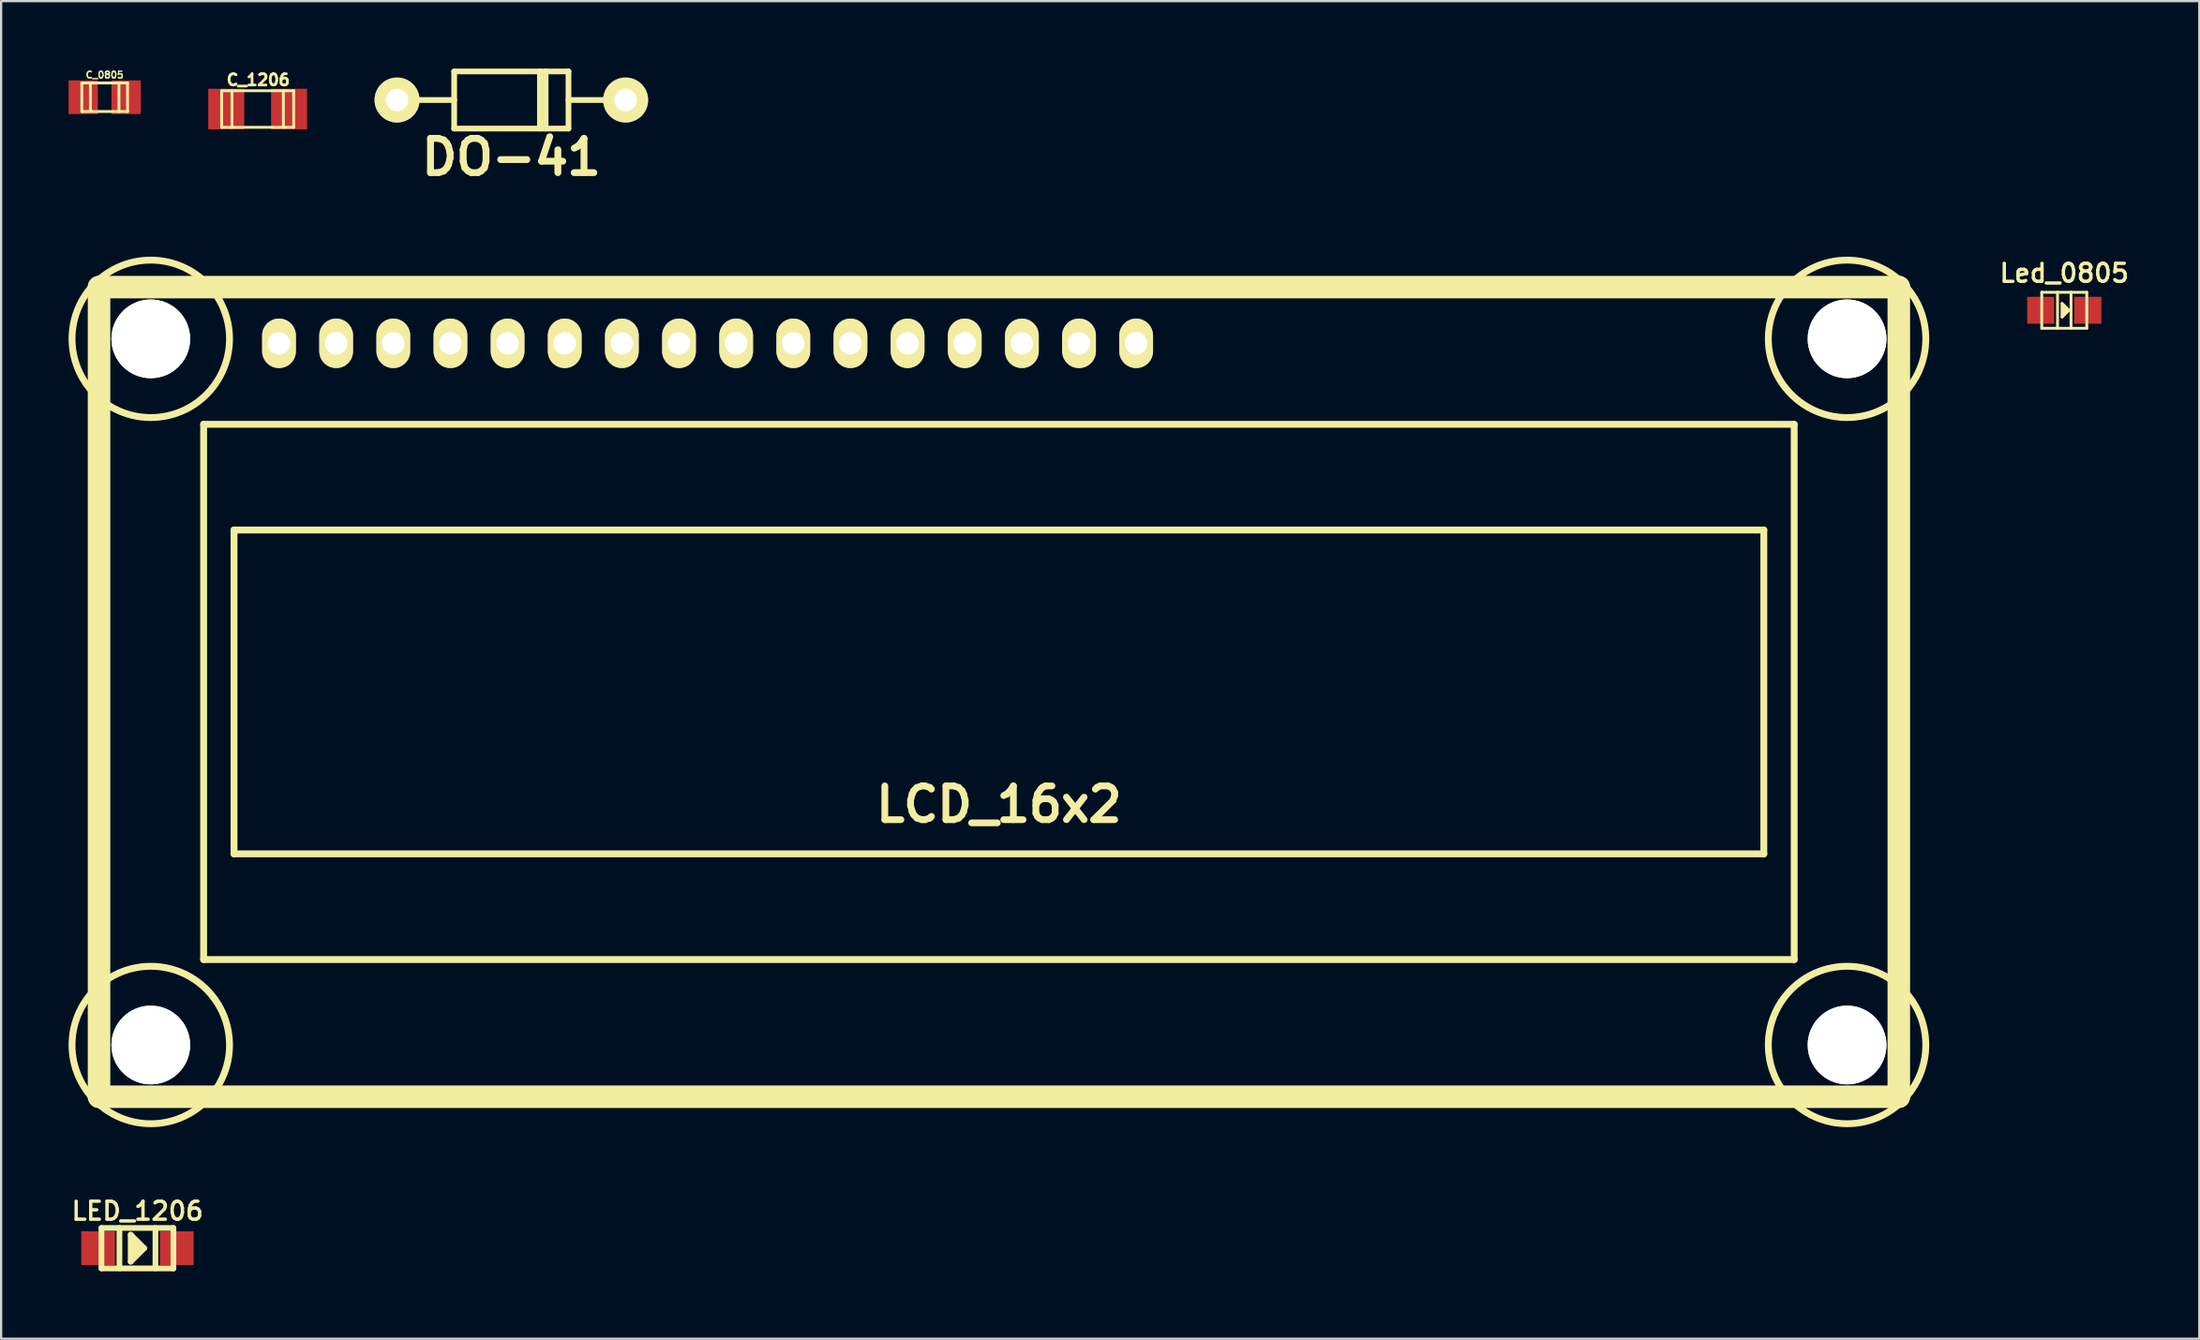
<source format=kicad_pcb>
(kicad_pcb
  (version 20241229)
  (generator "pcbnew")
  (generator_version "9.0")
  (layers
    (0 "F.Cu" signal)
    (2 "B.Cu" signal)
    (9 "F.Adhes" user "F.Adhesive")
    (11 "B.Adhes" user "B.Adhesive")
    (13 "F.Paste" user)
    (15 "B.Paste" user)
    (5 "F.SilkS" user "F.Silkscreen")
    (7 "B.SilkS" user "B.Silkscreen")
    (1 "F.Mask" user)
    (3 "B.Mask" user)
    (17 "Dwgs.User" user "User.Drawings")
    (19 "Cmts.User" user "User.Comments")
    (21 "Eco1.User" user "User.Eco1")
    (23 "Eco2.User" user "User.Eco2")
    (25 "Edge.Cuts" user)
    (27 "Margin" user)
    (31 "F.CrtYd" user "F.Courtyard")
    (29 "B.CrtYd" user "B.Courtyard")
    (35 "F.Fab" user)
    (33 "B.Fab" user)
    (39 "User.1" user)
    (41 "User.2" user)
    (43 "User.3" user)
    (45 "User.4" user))
  (footprint "LED_1206"
    (layer "F.Cu")
    (at 3.059 52.45)
    (property "Reference" "LED_1206" (at 0 -1.651 0) (layer "F.SilkS") (effects (font (size 0.8 0.8) (thickness 0.15))))
    (attr through_hole)
    (fp_line (start -1.6 -0.899) (end 1.6 -0.899) (stroke (width 0.254) (type solid)) (layer "F.SilkS"))
    (fp_line (start -1.6 0.899) (end -1.6 -0.899) (stroke (width 0.254) (type solid)) (layer "F.SilkS"))
    (fp_line (start -0.8 -0.899) (end -0.8 0.899) (stroke (width 0.254) (type solid)) (layer "F.SilkS"))
    (fp_line (start -0.3 -0.599) (end -0.3 0.599) (stroke (width 0.254) (type solid)) (layer "F.SilkS"))
    (fp_line (start -0.3 0.599) (end 0.3 0) (stroke (width 0.254) (type solid)) (layer "F.SilkS"))
    (fp_line (start -0.099 0.3) (end -0.099 -0.3) (stroke (width 0.254) (type solid)) (layer "F.SilkS"))
    (fp_line (start 0 -0.201) (end 0 0.099) (stroke (width 0.254) (type solid)) (layer "F.SilkS"))
    (fp_line (start 0.3 0) (end -0.3 -0.599) (stroke (width 0.254) (type solid)) (layer "F.SilkS"))
    (fp_line (start 0.8 0.899) (end 0.8 -0.899) (stroke (width 0.254) (type solid)) (layer "F.SilkS"))
    (fp_line (start 1.6 -0.899) (end 1.6 0.899) (stroke (width 0.254) (type solid)) (layer "F.SilkS"))
    (fp_line (start 1.6 0.899) (end -1.6 0.899) (stroke (width 0.254) (type solid)) (layer "F.SilkS"))
    (pad "1" smd rect (at -1.748 0) (size 1.499 1.499) (layers "F.Cu" "F.Mask" "F.Paste"))
    (pad "2" smd rect (at 1.748 0) (size 1.499 1.499) (layers "F.Cu" "F.Mask" "F.Paste")))
  (footprint "C_1206"
    (layer "F.Cu")
    (at 8.403 1.798)
    (property "Reference" "C_1206" (at 0.025 -1.295 0) (layer "F.SilkS") (effects (font (size 0.5 0.5) (thickness 0.119))))
    (attr through_hole)
    (fp_line (start -1.6 -0.813) (end -1.6 0.813) (stroke (width 0.127) (type solid)) (layer "F.SilkS"))
    (fp_line (start -1.6 0.813) (end 1.6 0.813) (stroke (width 0.127) (type solid)) (layer "F.SilkS"))
    (fp_line (start -1.143 -0.813) (end -1.143 0.813) (stroke (width 0.127) (type solid)) (layer "F.SilkS"))
    (fp_line (start 1.143 0.813) (end 1.143 -0.813) (stroke (width 0.127) (type solid)) (layer "F.SilkS"))
    (fp_line (start 1.6 -0.813) (end -1.6 -0.813) (stroke (width 0.127) (type solid)) (layer "F.SilkS"))
    (fp_line (start 1.6 0.813) (end 1.6 -0.813) (stroke (width 0.127) (type solid)) (layer "F.SilkS"))
    (pad "1" smd rect (at 1.397 0) (size 1.6 1.803) (layers "F.Cu" "F.Mask" "F.Paste"))
    (pad "2" smd rect (at -1.397 0) (size 1.6 1.803) (layers "F.Cu" "F.Mask" "F.Paste")))
  (footprint "DO-41"
    (layer "F.Cu")
    (at 19.679 1.397)
    (property "Reference" "DO-41" (at 0 2.54 0) (layer "F.SilkS") (effects (font (size 1.524 1.524) (thickness 0.305))))
    (attr through_hole)
    (fp_line (start -2.54 -1.27) (end -2.54 1.27) (stroke (width 0.254) (type solid)) (layer "F.SilkS"))
    (fp_line (start -2.54 -1.27) (end 2.54 -1.27) (stroke (width 0.254) (type solid)) (layer "F.SilkS"))
    (fp_line (start -2.54 0) (end -4.826 0) (stroke (width 0.254) (type solid)) (layer "F.SilkS"))
    (fp_line (start 1.27 -1.27) (end 1.27 1.27) (stroke (width 0.254) (type solid)) (layer "F.SilkS"))
    (fp_line (start 1.524 1.27) (end 1.524 -1.27) (stroke (width 0.254) (type solid)) (layer "F.SilkS"))
    (fp_line (start 2.54 -1.27) (end 2.54 1.27) (stroke (width 0.254) (type solid)) (layer "F.SilkS"))
    (fp_line (start 2.54 1.27) (end -2.54 1.27) (stroke (width 0.254) (type solid)) (layer "F.SilkS"))
    (fp_line (start 4.826 0) (end 2.54 0) (stroke (width 0.254) (type solid)) (layer "F.SilkS"))
    (pad "1" thru_hole circle (at -5.08 0) (size 1.999 1.999) (drill 1.001) (layers "*.Cu" "*.Mask" "F.SilkS"))
    (pad "2" thru_hole circle (at 5.08 0) (size 1.999 1.999) (drill 1.001) (layers "*.Cu" "*.Mask" "F.SilkS")))
  (footprint "C_0805"
    (layer "F.Cu")
    (at 1.603 1.273)
    (property "Reference" "C_0805" (at 0 -0.991 0) (layer "F.SilkS") (effects (font (size 0.3 0.3) (thickness 0.061))))
    (attr through_hole)
    (fp_line (start -1.016 -0.635) (end 1.016 -0.635) (stroke (width 0.127) (type solid)) (layer "F.SilkS"))
    (fp_line (start -1.016 0.635) (end -1.016 -0.635) (stroke (width 0.127) (type solid)) (layer "F.SilkS"))
    (fp_line (start -0.635 -0.635) (end -0.635 0.61) (stroke (width 0.127) (type solid)) (layer "F.SilkS"))
    (fp_line (start 0.635 -0.635) (end 0.635 0.635) (stroke (width 0.127) (type solid)) (layer "F.SilkS"))
    (fp_line (start 1.016 -0.635) (end 1.016 0.635) (stroke (width 0.127) (type solid)) (layer "F.SilkS"))
    (fp_line (start 1.016 0.635) (end -1.016 0.635) (stroke (width 0.127) (type solid)) (layer "F.SilkS"))
    (pad "1" smd rect (at 0.953 0) (size 1.3 1.499) (layers "F.Cu" "F.Mask" "F.Paste"))
    (pad "2" smd rect (at -0.953 0) (size 1.3 1.499) (layers "F.Cu" "F.Mask" "F.Paste")))
  (footprint "LCD_16x2"
    (layer "F.Cu")
    (at 41.352 27.716)
    (property "Reference" "LCD_16x2" (at 0 5.001 0) (layer "F.SilkS") (effects (font (size 1.5 1.5) (thickness 0.3))))
    (attr through_hole)
    (fp_line (start -40 -18) (end 40 -18) (stroke (width 1.001) (type solid)) (layer "F.SilkS"))
    (fp_line (start -40 18) (end -40 -18) (stroke (width 1.001) (type solid)) (layer "F.SilkS"))
    (fp_line (start -35.35 -11.9) (end 35.35 -11.9) (stroke (width 0.305) (type solid)) (layer "F.SilkS"))
    (fp_line (start -35.35 11.9) (end -35.35 -11.9) (stroke (width 0.305) (type solid)) (layer "F.SilkS"))
    (fp_line (start -34 -7.2) (end -34 7.2) (stroke (width 0.305) (type solid)) (layer "F.SilkS"))
    (fp_line (start -34 7.2) (end 34 7.2) (stroke (width 0.305) (type solid)) (layer "F.SilkS"))
    (fp_line (start 34 -7.2) (end -34 -7.2) (stroke (width 0.305) (type solid)) (layer "F.SilkS"))
    (fp_line (start 34 7.2) (end 34 -7.2) (stroke (width 0.305) (type solid)) (layer "F.SilkS"))
    (fp_line (start 35.35 -11.9) (end 35.35 11.9) (stroke (width 0.305) (type solid)) (layer "F.SilkS"))
    (fp_line (start 35.35 11.9) (end -35.35 11.9) (stroke (width 0.305) (type solid)) (layer "F.SilkS"))
    (fp_line (start 40 -18) (end 40 18) (stroke (width 1.001) (type solid)) (layer "F.SilkS"))
    (fp_line (start 40 18) (end -40 18) (stroke (width 1.001) (type solid)) (layer "F.SilkS"))
    (fp_circle (center -37.7 -15.7) (end -41.2 -15.7) (stroke (width 0.305) (type solid)) (fill no) (layer "F.SilkS"))
    (fp_circle (center -37.7 15.7) (end -41.2 15.7) (stroke (width 0.305) (type solid)) (fill no) (layer "F.SilkS"))
    (fp_circle (center 37.7 -15.7) (end 41.2 -15.7) (stroke (width 0.305) (type solid)) (fill no) (layer "F.SilkS"))
    (fp_circle (center 37.7 15.7) (end 41.2 15.7) (stroke (width 0.305) (type solid)) (fill no) (layer "F.SilkS"))
    (pad "" np_thru_hole circle (at -37.7 -15.7) (size 3.5 3.5) (drill 3.5) (layers "*.Cu" "*.Mask" "F.SilkS"))
    (pad "" np_thru_hole circle (at -37.7 15.7) (size 3.5 3.5) (drill 3.5) (layers "*.Cu" "*.Mask" "F.SilkS"))
    (pad "" np_thru_hole circle (at 37.7 -15.7) (size 3.5 3.5) (drill 3.5) (layers "*.Cu" "*.Mask" "F.SilkS"))
    (pad "" np_thru_hole circle (at 37.7 15.7) (size 3.5 3.5) (drill 3.5) (layers "*.Cu" "*.Mask" "F.SilkS"))
    (pad "1" thru_hole oval (at -32 -15.5) (size 1.5 2.2) (drill 1) (layers "*.Cu" "*.Mask" "F.SilkS"))
    (pad "2" thru_hole oval (at -29.46 -15.5) (size 1.5 2.2) (drill 1) (layers "*.Cu" "*.Mask" "F.SilkS"))
    (pad "3" thru_hole oval (at -26.92 -15.5) (size 1.5 2.2) (drill 1) (layers "*.Cu" "*.Mask" "F.SilkS"))
    (pad "4" thru_hole oval (at -24.38 -15.5) (size 1.5 2.2) (drill 1) (layers "*.Cu" "*.Mask" "F.SilkS"))
    (pad "5" thru_hole oval (at -21.84 -15.5) (size 1.5 2.2) (drill 1) (layers "*.Cu" "*.Mask" "F.SilkS"))
    (pad "6" thru_hole oval (at -19.3 -15.5) (size 1.5 2.2) (drill 1) (layers "*.Cu" "*.Mask" "F.SilkS"))
    (pad "7" thru_hole oval (at -16.76 -15.5) (size 1.5 2.2) (drill 1) (layers "*.Cu" "*.Mask" "F.SilkS"))
    (pad "8" thru_hole oval (at -14.22 -15.5) (size 1.5 2.2) (drill 1) (layers "*.Cu" "*.Mask" "F.SilkS"))
    (pad "9" thru_hole oval (at -11.68 -15.5) (size 1.5 2.2) (drill 1) (layers "*.Cu" "*.Mask" "F.SilkS"))
    (pad "10" thru_hole oval (at -9.14 -15.5) (size 1.5 2.2) (drill 1) (layers "*.Cu" "*.Mask" "F.SilkS"))
    (pad "11" thru_hole oval (at -6.6 -15.5) (size 1.5 2.2) (drill 1) (layers "*.Cu" "*.Mask" "F.SilkS"))
    (pad "12" thru_hole oval (at -4.06 -15.5) (size 1.5 2.2) (drill 1) (layers "*.Cu" "*.Mask" "F.SilkS"))
    (pad "13" thru_hole oval (at -1.52 -15.5) (size 1.5 2.2) (drill 1) (layers "*.Cu" "*.Mask" "F.SilkS"))
    (pad "14" thru_hole oval (at 1.02 -15.5) (size 1.5 2.2) (drill 1) (layers "*.Cu" "*.Mask" "F.SilkS"))
    (pad "15" thru_hole oval (at 3.56 -15.5) (size 1.5 2.2) (drill 1) (layers "*.Cu" "*.Mask" "F.SilkS"))
    (pad "16" thru_hole oval (at 6.1 -15.5) (size 1.5 2.2) (drill 1) (layers "*.Cu" "*.Mask" "F.SilkS")))
  (footprint "Led_0805"
    (layer "F.Cu")
    (at 88.707 10.746)
    (property "Reference" "Led_0805" (at 0 -1.651 0) (layer "F.SilkS") (effects (font (size 0.8 0.8) (thickness 0.15))))
    (attr through_hole)
    (fp_line (start -1.001 -0.8) (end 1.001 -0.8) (stroke (width 0.127) (type solid)) (layer "F.SilkS"))
    (fp_line (start -1.001 0.8) (end -1.001 -0.8) (stroke (width 0.127) (type solid)) (layer "F.SilkS"))
    (fp_line (start -0.3 -0.8) (end -0.3 0.8) (stroke (width 0.127) (type solid)) (layer "F.SilkS"))
    (fp_line (start -0.099 -0.3) (end -0.099 0.3) (stroke (width 0.127) (type solid)) (layer "F.SilkS"))
    (fp_line (start -0.099 0.3) (end 0.201 0) (stroke (width 0.127) (type solid)) (layer "F.SilkS"))
    (fp_line (start 0 -0.201) (end 0 0.201) (stroke (width 0.127) (type solid)) (layer "F.SilkS"))
    (fp_line (start 0.099 0.099) (end 0.099 -0.099) (stroke (width 0.127) (type solid)) (layer "F.SilkS"))
    (fp_line (start 0.201 0) (end -0.099 -0.3) (stroke (width 0.127) (type solid)) (layer "F.SilkS"))
    (fp_line (start 0.3 0.8) (end 0.3 -0.8) (stroke (width 0.127) (type solid)) (layer "F.SilkS"))
    (fp_line (start 1.001 -0.8) (end 1.001 0.8) (stroke (width 0.127) (type solid)) (layer "F.SilkS"))
    (fp_line (start 1.001 0.8) (end -1.001 0.8) (stroke (width 0.127) (type solid)) (layer "F.SilkS"))
    (pad "1" smd rect (at -1.049 0) (size 1.199 1.199) (layers "F.Cu" "F.Mask" "F.Paste"))
    (pad "2" smd rect (at 1.049 0) (size 1.199 1.199) (layers "F.Cu" "F.Mask" "F.Paste")))
  (gr_rect
    (start -3 -3)
    (end 94.709 56.476)
    (stroke (width 0.1) (type default))
    (fill no)
    (layer "Edge.Cuts")))
</source>
